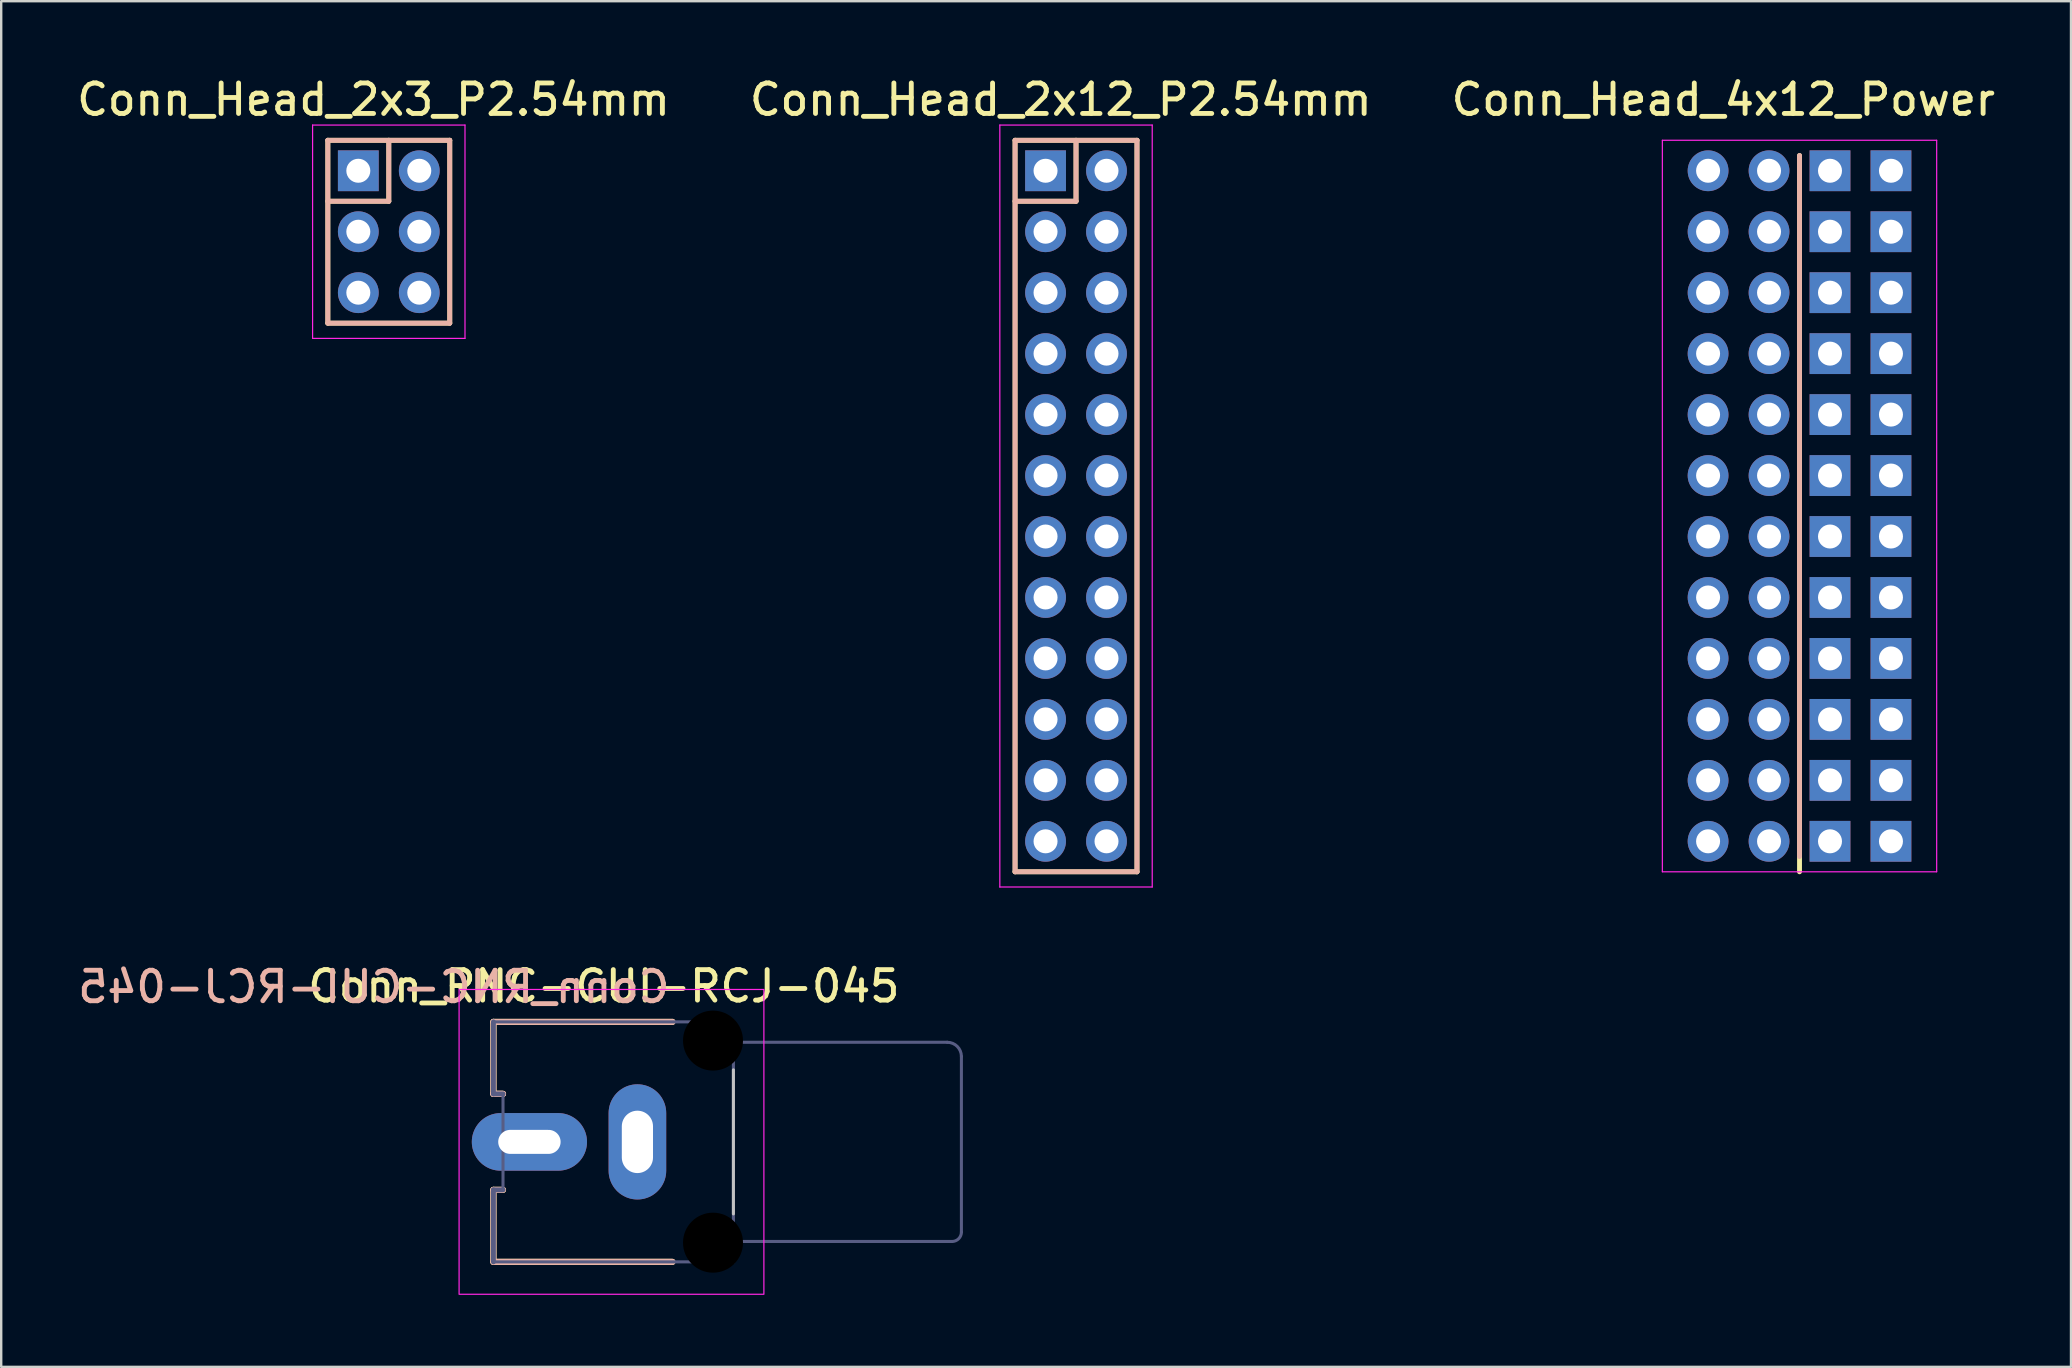
<source format=kicad_pcb>
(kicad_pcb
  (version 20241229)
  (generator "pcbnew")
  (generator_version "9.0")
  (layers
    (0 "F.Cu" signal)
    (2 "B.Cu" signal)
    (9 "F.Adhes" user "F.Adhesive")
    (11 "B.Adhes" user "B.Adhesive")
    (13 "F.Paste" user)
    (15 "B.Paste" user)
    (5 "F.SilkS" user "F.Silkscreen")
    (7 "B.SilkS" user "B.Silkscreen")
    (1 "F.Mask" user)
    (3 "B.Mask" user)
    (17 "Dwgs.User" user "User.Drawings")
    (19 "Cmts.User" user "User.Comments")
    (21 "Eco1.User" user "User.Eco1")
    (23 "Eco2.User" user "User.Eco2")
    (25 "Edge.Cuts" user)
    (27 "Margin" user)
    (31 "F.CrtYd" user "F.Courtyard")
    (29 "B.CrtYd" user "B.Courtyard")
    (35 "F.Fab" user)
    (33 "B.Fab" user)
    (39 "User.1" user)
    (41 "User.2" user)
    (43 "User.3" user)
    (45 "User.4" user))
  (footprint "Conn_Head_2x3_P2.54mm"
    (layer "F.Cu")
    (at 11.88 4.065)
    (property "Reference" "Conn_Head_2x3_P2.54mm" (at 0.635 -2.965 0) (layer "F.SilkS") (effects (font (size 1.27 1.27) (thickness 0.203))))
    (attr through_hole)
    (fp_line (start -1.27 -1.27) (end 3.81 -1.27) (stroke (width 0.203) (type solid)) (layer "F.SilkS"))
    (fp_line (start -1.27 6.35) (end -1.27 -1.27) (stroke (width 0.203) (type solid)) (layer "F.SilkS"))
    (fp_line (start 1.27 -1.27) (end 1.27 1.27) (stroke (width 0.203) (type solid)) (layer "F.SilkS"))
    (fp_line (start 1.27 1.27) (end -1.27 1.27) (stroke (width 0.203) (type solid)) (layer "F.SilkS"))
    (fp_line (start 3.81 -1.27) (end 3.81 6.35) (stroke (width 0.203) (type solid)) (layer "F.SilkS"))
    (fp_line (start 3.81 6.35) (end -1.27 6.35) (stroke (width 0.203) (type solid)) (layer "F.SilkS"))
    (fp_line (start -1.27 -1.27) (end 3.81 -1.27) (stroke (width 0.203) (type solid)) (layer "B.SilkS"))
    (fp_line (start -1.27 6.35) (end -1.27 -1.27) (stroke (width 0.203) (type solid)) (layer "B.SilkS"))
    (fp_line (start 1.27 -1.27) (end 1.27 1.27) (stroke (width 0.203) (type solid)) (layer "B.SilkS"))
    (fp_line (start 1.27 1.27) (end -1.27 1.27) (stroke (width 0.203) (type solid)) (layer "B.SilkS"))
    (fp_line (start 3.81 -1.27) (end 3.81 6.35) (stroke (width 0.203) (type solid)) (layer "B.SilkS"))
    (fp_line (start 3.81 6.35) (end -1.27 6.35) (stroke (width 0.203) (type solid)) (layer "B.SilkS"))
    (fp_line (start -1.905 -1.905) (end -1.905 6.985) (stroke (width 0.05) (type solid)) (layer "F.CrtYd"))
    (fp_line (start 4.445 -1.905) (end -1.905 -1.905) (stroke (width 0.05) (type solid)) (layer "F.CrtYd"))
    (fp_line (start 4.445 6.985) (end -1.905 6.985) (stroke (width 0.05) (type solid)) (layer "F.CrtYd"))
    (fp_line (start 4.445 6.985) (end 4.445 -1.905) (stroke (width 0.05) (type solid)) (layer "F.CrtYd"))
    (pad "1" thru_hole rect (at 0 0) (size 1.7 1.7) (drill 1) (layers "*.Cu" "*.Mask"))
    (pad "2" thru_hole oval (at 2.54 0) (size 1.7 1.7) (drill 1) (layers "*.Cu" "*.Mask"))
    (pad "3" thru_hole oval (at 0 2.54) (size 1.7 1.7) (drill 1) (layers "*.Cu" "*.Mask"))
    (pad "4" thru_hole oval (at 2.54 2.54) (size 1.7 1.7) (drill 1) (layers "*.Cu" "*.Mask"))
    (pad "5" thru_hole oval (at 0 5.08) (size 1.7 1.7) (drill 1) (layers "*.Cu" "*.Mask"))
    (pad "6" thru_hole oval (at 2.54 5.08) (size 1.7 1.7) (drill 1) (layers "*.Cu" "*.Mask")))
  (footprint "Conn_Head_2x12_P2.54mm"
    (layer "F.Cu")
    (at 40.515 4.065)
    (property "Reference" "Conn_Head_2x12_P2.54mm" (at 0.635 -2.965 0) (layer "F.SilkS") (effects (font (size 1.27 1.27) (thickness 0.203))))
    (attr through_hole)
    (fp_line (start -1.27 -1.27) (end 3.81 -1.27) (stroke (width 0.203) (type solid)) (layer "F.SilkS"))
    (fp_line (start -1.27 29.21) (end -1.27 -1.27) (stroke (width 0.203) (type solid)) (layer "F.SilkS"))
    (fp_line (start 1.27 -1.27) (end 1.27 1.27) (stroke (width 0.203) (type solid)) (layer "F.SilkS"))
    (fp_line (start 1.27 1.27) (end -1.27 1.27) (stroke (width 0.203) (type solid)) (layer "F.SilkS"))
    (fp_line (start 3.81 -1.27) (end 3.81 29.21) (stroke (width 0.203) (type solid)) (layer "F.SilkS"))
    (fp_line (start 3.81 29.21) (end -1.27 29.21) (stroke (width 0.203) (type solid)) (layer "F.SilkS"))
    (fp_line (start -1.27 -1.27) (end 3.81 -1.27) (stroke (width 0.203) (type solid)) (layer "B.SilkS"))
    (fp_line (start -1.27 29.21) (end -1.27 -1.27) (stroke (width 0.203) (type solid)) (layer "B.SilkS"))
    (fp_line (start 1.27 -1.27) (end 1.27 1.27) (stroke (width 0.203) (type solid)) (layer "B.SilkS"))
    (fp_line (start 1.27 1.27) (end -1.27 1.27) (stroke (width 0.203) (type solid)) (layer "B.SilkS"))
    (fp_line (start 3.81 -1.27) (end 3.81 29.21) (stroke (width 0.203) (type solid)) (layer "B.SilkS"))
    (fp_line (start 3.81 29.21) (end -1.27 29.21) (stroke (width 0.203) (type solid)) (layer "B.SilkS"))
    (fp_line (start -1.905 -1.905) (end -1.905 29.845) (stroke (width 0.05) (type solid)) (layer "F.CrtYd"))
    (fp_line (start 4.445 -1.905) (end -1.905 -1.905) (stroke (width 0.05) (type solid)) (layer "F.CrtYd"))
    (fp_line (start 4.445 29.845) (end -1.905 29.845) (stroke (width 0.05) (type solid)) (layer "F.CrtYd"))
    (fp_line (start 4.445 29.845) (end 4.445 -1.905) (stroke (width 0.05) (type solid)) (layer "F.CrtYd"))
    (pad "1" thru_hole rect (at 0 0) (size 1.7 1.7) (drill 1) (layers "*.Cu" "*.Mask"))
    (pad "2" thru_hole oval (at 2.54 0) (size 1.7 1.7) (drill 1) (layers "*.Cu" "*.Mask"))
    (pad "3" thru_hole oval (at 0 2.54) (size 1.7 1.7) (drill 1) (layers "*.Cu" "*.Mask"))
    (pad "4" thru_hole oval (at 2.54 2.54) (size 1.7 1.7) (drill 1) (layers "*.Cu" "*.Mask"))
    (pad "5" thru_hole oval (at 0 5.08) (size 1.7 1.7) (drill 1) (layers "*.Cu" "*.Mask"))
    (pad "6" thru_hole oval (at 2.54 5.08) (size 1.7 1.7) (drill 1) (layers "*.Cu" "*.Mask"))
    (pad "7" thru_hole oval (at 0 7.62) (size 1.7 1.7) (drill 1) (layers "*.Cu" "*.Mask"))
    (pad "8" thru_hole oval (at 2.54 7.62) (size 1.7 1.7) (drill 1) (layers "*.Cu" "*.Mask"))
    (pad "9" thru_hole oval (at 0 10.16) (size 1.7 1.7) (drill 1) (layers "*.Cu" "*.Mask"))
    (pad "10" thru_hole oval (at 2.54 10.16) (size 1.7 1.7) (drill 1) (layers "*.Cu" "*.Mask"))
    (pad "11" thru_hole oval (at 0 12.7) (size 1.7 1.7) (drill 1) (layers "*.Cu" "*.Mask"))
    (pad "12" thru_hole oval (at 2.54 12.7) (size 1.7 1.7) (drill 1) (layers "*.Cu" "*.Mask"))
    (pad "13" thru_hole oval (at 0 15.24) (size 1.7 1.7) (drill 1) (layers "*.Cu" "*.Mask"))
    (pad "14" thru_hole oval (at 2.54 15.24) (size 1.7 1.7) (drill 1) (layers "*.Cu" "*.Mask"))
    (pad "15" thru_hole oval (at 0 17.78) (size 1.7 1.7) (drill 1) (layers "*.Cu" "*.Mask"))
    (pad "16" thru_hole oval (at 2.54 17.78) (size 1.7 1.7) (drill 1) (layers "*.Cu" "*.Mask"))
    (pad "17" thru_hole oval (at 0 20.32) (size 1.7 1.7) (drill 1) (layers "*.Cu" "*.Mask"))
    (pad "18" thru_hole oval (at 2.54 20.32) (size 1.7 1.7) (drill 1) (layers "*.Cu" "*.Mask"))
    (pad "19" thru_hole oval (at 0 22.86) (size 1.7 1.7) (drill 1) (layers "*.Cu" "*.Mask"))
    (pad "20" thru_hole oval (at 2.54 22.86) (size 1.7 1.7) (drill 1) (layers "*.Cu" "*.Mask"))
    (pad "21" thru_hole oval (at 0 25.4) (size 1.7 1.7) (drill 1) (layers "*.Cu" "*.Mask"))
    (pad "22" thru_hole oval (at 2.54 25.4) (size 1.7 1.7) (drill 1) (layers "*.Cu" "*.Mask"))
    (pad "23" thru_hole oval (at 0 27.94) (size 1.7 1.7) (drill 1) (layers "*.Cu" "*.Mask"))
    (pad "24" thru_hole oval (at 2.54 27.94) (size 1.7 1.7) (drill 1) (layers "*.Cu" "*.Mask")))
  (footprint "Conn_Head_4x12_Power"
    (layer "F.Cu")
    (at 68.121 4.065)
    (property "Reference" "Conn_Head_4x12_Power" (at 0.635 -2.965 0) (layer "F.SilkS") (effects (font (size 1.27 1.27) (thickness 0.203))))
    (attr through_hole)
    (fp_line (start 3.81 -0.635) (end 3.81 29.21) (stroke (width 0.203) (type solid)) (layer "F.SilkS"))
    (fp_line (start 3.81 28.575) (end 3.81 -0.635) (stroke (width 0.203) (type solid)) (layer "B.SilkS"))
    (fp_line (start -1.905 -1.27) (end -1.905 29.21) (stroke (width 0.05) (type solid)) (layer "F.CrtYd"))
    (fp_line (start 9.525 -1.27) (end -1.905 -1.27) (stroke (width 0.05) (type solid)) (layer "F.CrtYd"))
    (fp_line (start 9.525 29.21) (end -1.905 29.21) (stroke (width 0.05) (type solid)) (layer "F.CrtYd"))
    (fp_line (start 9.525 29.21) (end 9.525 -1.27) (stroke (width 0.05) (type solid)) (layer "F.CrtYd"))
    (pad "1" thru_hole oval (at 0 0) (size 1.7 1.7) (drill 1) (layers "*.Cu" "*.Mask"))
    (pad "1" thru_hole oval (at 0 2.54) (size 1.7 1.7) (drill 1) (layers "*.Cu" "*.Mask"))
    (pad "1" thru_hole oval (at 0 5.08) (size 1.7 1.7) (drill 1) (layers "*.Cu" "*.Mask"))
    (pad "1" thru_hole oval (at 0 7.62) (size 1.7 1.7) (drill 1) (layers "*.Cu" "*.Mask"))
    (pad "1" thru_hole oval (at 0 10.16) (size 1.7 1.7) (drill 1) (layers "*.Cu" "*.Mask"))
    (pad "1" thru_hole oval (at 0 12.7) (size 1.7 1.7) (drill 1) (layers "*.Cu" "*.Mask"))
    (pad "1" thru_hole oval (at 0 15.24) (size 1.7 1.7) (drill 1) (layers "*.Cu" "*.Mask"))
    (pad "1" thru_hole oval (at 0 17.78) (size 1.7 1.7) (drill 1) (layers "*.Cu" "*.Mask"))
    (pad "1" thru_hole oval (at 0 20.32) (size 1.7 1.7) (drill 1) (layers "*.Cu" "*.Mask"))
    (pad "1" thru_hole oval (at 0 22.86) (size 1.7 1.7) (drill 1) (layers "*.Cu" "*.Mask"))
    (pad "1" thru_hole oval (at 0 25.4) (size 1.7 1.7) (drill 1) (layers "*.Cu" "*.Mask"))
    (pad "1" thru_hole oval (at 0 27.94) (size 1.7 1.7) (drill 1) (layers "*.Cu" "*.Mask"))
    (pad "1" thru_hole oval (at 2.54 0) (size 1.7 1.7) (drill 1) (layers "*.Cu" "*.Mask"))
    (pad "1" thru_hole oval (at 2.54 2.54) (size 1.7 1.7) (drill 1) (layers "*.Cu" "*.Mask"))
    (pad "1" thru_hole oval (at 2.54 5.08) (size 1.7 1.7) (drill 1) (layers "*.Cu" "*.Mask"))
    (pad "1" thru_hole oval (at 2.54 7.62) (size 1.7 1.7) (drill 1) (layers "*.Cu" "*.Mask"))
    (pad "1" thru_hole oval (at 2.54 10.16) (size 1.7 1.7) (drill 1) (layers "*.Cu" "*.Mask"))
    (pad "1" thru_hole oval (at 2.54 12.7) (size 1.7 1.7) (drill 1) (layers "*.Cu" "*.Mask"))
    (pad "1" thru_hole oval (at 2.54 15.24) (size 1.7 1.7) (drill 1) (layers "*.Cu" "*.Mask"))
    (pad "1" thru_hole oval (at 2.54 17.78) (size 1.7 1.7) (drill 1) (layers "*.Cu" "*.Mask"))
    (pad "1" thru_hole oval (at 2.54 20.32) (size 1.7 1.7) (drill 1) (layers "*.Cu" "*.Mask"))
    (pad "1" thru_hole oval (at 2.54 22.86) (size 1.7 1.7) (drill 1) (layers "*.Cu" "*.Mask"))
    (pad "1" thru_hole oval (at 2.54 25.4) (size 1.7 1.7) (drill 1) (layers "*.Cu" "*.Mask"))
    (pad "1" thru_hole oval (at 2.54 27.94) (size 1.7 1.7) (drill 1) (layers "*.Cu" "*.Mask"))
    (pad "2" thru_hole rect (at 5.08 0) (size 1.7 1.7) (drill 1) (layers "*.Cu" "*.Mask"))
    (pad "2" thru_hole rect (at 5.08 2.54) (size 1.7 1.7) (drill 1) (layers "*.Cu" "*.Mask"))
    (pad "2" thru_hole rect (at 5.08 5.08) (size 1.7 1.7) (drill 1) (layers "*.Cu" "*.Mask"))
    (pad "2" thru_hole rect (at 5.08 7.62) (size 1.7 1.7) (drill 1) (layers "*.Cu" "*.Mask"))
    (pad "2" thru_hole rect (at 5.08 10.16) (size 1.7 1.7) (drill 1) (layers "*.Cu" "*.Mask"))
    (pad "2" thru_hole rect (at 5.08 12.7) (size 1.7 1.7) (drill 1) (layers "*.Cu" "*.Mask"))
    (pad "2" thru_hole rect (at 5.08 15.24) (size 1.7 1.7) (drill 1) (layers "*.Cu" "*.Mask"))
    (pad "2" thru_hole rect (at 5.08 17.78) (size 1.7 1.7) (drill 1) (layers "*.Cu" "*.Mask"))
    (pad "2" thru_hole rect (at 5.08 20.32) (size 1.7 1.7) (drill 1) (layers "*.Cu" "*.Mask"))
    (pad "2" thru_hole rect (at 5.08 22.86) (size 1.7 1.7) (drill 1) (layers "*.Cu" "*.Mask"))
    (pad "2" thru_hole rect (at 5.08 25.4) (size 1.7 1.7) (drill 1) (layers "*.Cu" "*.Mask"))
    (pad "2" thru_hole rect (at 5.08 27.94) (size 1.7 1.7) (drill 1) (layers "*.Cu" "*.Mask"))
    (pad "2" thru_hole rect (at 7.62 0) (size 1.7 1.7) (drill 1) (layers "*.Cu" "*.Mask"))
    (pad "2" thru_hole rect (at 7.62 2.54) (size 1.7 1.7) (drill 1) (layers "*.Cu" "*.Mask"))
    (pad "2" thru_hole rect (at 7.62 5.08) (size 1.7 1.7) (drill 1) (layers "*.Cu" "*.Mask"))
    (pad "2" thru_hole rect (at 7.62 7.62) (size 1.7 1.7) (drill 1) (layers "*.Cu" "*.Mask"))
    (pad "2" thru_hole rect (at 7.62 10.16) (size 1.7 1.7) (drill 1) (layers "*.Cu" "*.Mask"))
    (pad "2" thru_hole rect (at 7.62 12.7) (size 1.7 1.7) (drill 1) (layers "*.Cu" "*.Mask"))
    (pad "2" thru_hole rect (at 7.62 15.24) (size 1.7 1.7) (drill 1) (layers "*.Cu" "*.Mask"))
    (pad "2" thru_hole rect (at 7.62 17.78) (size 1.7 1.7) (drill 1) (layers "*.Cu" "*.Mask"))
    (pad "2" thru_hole rect (at 7.62 20.32) (size 1.7 1.7) (drill 1) (layers "*.Cu" "*.Mask"))
    (pad "2" thru_hole rect (at 7.62 22.86) (size 1.7 1.7) (drill 1) (layers "*.Cu" "*.Mask"))
    (pad "2" thru_hole rect (at 7.62 25.4) (size 1.7 1.7) (drill 1) (layers "*.Cu" "*.Mask"))
    (pad "2" thru_hole rect (at 7.62 27.94) (size 1.7 1.7) (drill 1) (layers "*.Cu" "*.Mask")))
  (footprint "Conn_RNC-CUI-RCJ-045"
    (layer "F.Cu")
    (at 27.509 44.529)
    (property "Reference" "Conn_RNC-CUI-RCJ-045" (at -5.398 -6.485 0) (layer "F.SilkS") (effects (font (size 1.27 1.27) (thickness 0.203))))
    (fp_line (start -10 -5) (end -2.54 -5) (stroke (width 0.254) (type solid)) (layer "F.SilkS"))
    (fp_line (start -10 -2) (end -10 -5) (stroke (width 0.254) (type solid)) (layer "F.SilkS"))
    (fp_line (start -10 -2) (end -9.6 -2) (stroke (width 0.254) (type solid)) (layer "F.SilkS"))
    (fp_line (start -10 2) (end -9.6 2) (stroke (width 0.254) (type solid)) (layer "F.SilkS"))
    (fp_line (start -10 5) (end -10 2) (stroke (width 0.254) (type solid)) (layer "F.SilkS"))
    (fp_line (start -10 5) (end -2.54 5) (stroke (width 0.254) (type solid)) (layer "F.SilkS"))
    (fp_line (start -10 -5) (end -2.54 -5) (stroke (width 0.254) (type solid)) (layer "B.SilkS"))
    (fp_line (start -10 -2) (end -10 -5) (stroke (width 0.254) (type solid)) (layer "B.SilkS"))
    (fp_line (start -10 -2) (end -9.6 -2) (stroke (width 0.254) (type solid)) (layer "B.SilkS"))
    (fp_line (start -10 -2) (end -9.6 -2) (stroke (width 0.254) (type solid)) (layer "B.SilkS"))
    (fp_line (start -10 2) (end -9.6 2) (stroke (width 0.254) (type solid)) (layer "B.SilkS"))
    (fp_line (start -10 5) (end -10 2) (stroke (width 0.254) (type solid)) (layer "B.SilkS"))
    (fp_line (start -10 5) (end -2.54 5) (stroke (width 0.254) (type solid)) (layer "B.SilkS"))
    (fp_line (start 0 3) (end 0 -3) (stroke (width 0.127) (type solid)) (layer "Dwgs.User"))
    (fp_line (start 0.25 -4.15) (end 8.89 -4.15) (stroke (width 0.127) (type solid)) (layer "Eco1.User"))
    (fp_line (start 0.25 4.15) (end 9.11 4.15) (stroke (width 0.127) (type solid)) (layer "Eco1.User"))
    (fp_line (start 9.5 3.76) (end 9.5 -3.54) (stroke (width 0.127) (type solid)) (layer "Eco1.User"))
    (fp_arc (start 8.89 -4.15) (mid 9.321335 -3.971335) (end 9.5 -3.54) (stroke (width 0.127) (type solid)) (layer "Eco1.User"))
    (fp_arc (start 9.5 3.76) (mid 9.385772 4.035772) (end 9.11 4.15) (stroke (width 0.127) (type solid)) (layer "Eco1.User"))
    (fp_line (start -10.45 -5.25) (end -1.95 -5.25) (stroke (width 0.05) (type solid)) (layer "Eco2.User"))
    (fp_line (start -10.45 5.25) (end -10.45 -5.25) (stroke (width 0.05) (type solid)) (layer "Eco2.User"))
    (fp_line (start -10.45 5.25) (end -1.95 5.25) (stroke (width 0.05) (type solid)) (layer "Eco2.User"))
    (fp_line (start -1.95 -5.4) (end 0.25 -5.4) (stroke (width 0.05) (type solid)) (layer "Eco2.User"))
    (fp_line (start -1.95 -5.25) (end -1.95 -5.4) (stroke (width 0.05) (type solid)) (layer "Eco2.User"))
    (fp_line (start -1.95 5.4) (end -1.95 5.25) (stroke (width 0.05) (type solid)) (layer "Eco2.User"))
    (fp_line (start -1.95 5.4) (end 0.25 5.4) (stroke (width 0.05) (type solid)) (layer "Eco2.User"))
    (fp_line (start 0.25 -4.4) (end 0.25 -5.4) (stroke (width 0.05) (type solid)) (layer "Eco2.User"))
    (fp_line (start 0.25 -4.4) (end 9.75 -4.4) (stroke (width 0.05) (type solid)) (layer "Eco2.User"))
    (fp_line (start 0.25 4.4) (end 9.75 4.4) (stroke (width 0.05) (type solid)) (layer "Eco2.User"))
    (fp_line (start 0.25 5.4) (end 0.25 4.4) (stroke (width 0.05) (type solid)) (layer "Eco2.User"))
    (fp_line (start 9.75 4.4) (end 9.75 -4.4) (stroke (width 0.05) (type solid)) (layer "Eco2.User"))
    (fp_rect (start -11.43 -6.35) (end 1.27 6.35) (stroke (width 0.05) (type default)) (fill no) (layer "F.CrtYd"))
    (fp_line (start -10 -5) (end 0 -5) (stroke (width 0.127) (type solid)) (layer "B.Fab"))
    (fp_line (start -10 -2) (end -10 -5) (stroke (width 0.203) (type solid)) (layer "B.Fab"))
    (fp_line (start -10 -2) (end -9.6 -2) (stroke (width 0.203) (type solid)) (layer "B.Fab"))
    (fp_line (start -10 2) (end -9.6 2) (stroke (width 0.203) (type solid)) (layer "B.Fab"))
    (fp_line (start -10 5) (end -10 2) (stroke (width 0.203) (type solid)) (layer "B.Fab"))
    (fp_line (start -10 5) (end 0 5) (stroke (width 0.127) (type solid)) (layer "B.Fab"))
    (fp_line (start -9.6 2) (end -9.6 -2) (stroke (width 0.127) (type solid)) (layer "B.Fab"))
    (fp_line (start 0 -4.15) (end 0 -5) (stroke (width 0.127) (type solid)) (layer "B.Fab"))
    (fp_line (start 0 -4.15) (end 8.91 -4.15) (stroke (width 0.127) (type solid)) (layer "B.Fab"))
    (fp_line (start 0 4.15) (end 0 -4.15) (stroke (width 0.127) (type solid)) (layer "B.Fab"))
    (fp_line (start 0 4.15) (end 9.11 4.15) (stroke (width 0.127) (type solid)) (layer "B.Fab"))
    (fp_line (start 0 5) (end 0 4.15) (stroke (width 0.127) (type solid)) (layer "B.Fab"))
    (fp_line (start 9.5 3.76) (end 9.5 -3.56) (stroke (width 0.127) (type solid)) (layer "B.Fab"))
    (fp_arc (start 8.91 -4.15) (mid 9.327193 -3.977193) (end 9.5 -3.56) (stroke (width 0.127) (type solid)) (layer "B.Fab"))
    (fp_arc (start 9.5 3.76) (mid 9.385772 4.035772) (end 9.11 4.15) (stroke (width 0.127) (type solid)) (layer "B.Fab"))
    (fp_line (start -1.7 -5.15) (end 0 -5.15) (stroke (width 0.0001) (type solid)) (layer "User.1"))
    (fp_line (start -1.7 -3.35) (end -1.7 -5.15) (stroke (width 0.0001) (type solid)) (layer "User.1"))
    (fp_line (start -1.7 -3.35) (end 0 -3.35) (stroke (width 0.0001) (type solid)) (layer "User.1"))
    (fp_line (start -1.7 3.35) (end 0 3.35) (stroke (width 0.0001) (type solid)) (layer "User.1"))
    (fp_line (start -1.7 5.15) (end -1.7 3.35) (stroke (width 0.0001) (type solid)) (layer "User.1"))
    (fp_line (start -1.7 5.15) (end 0 5.15) (stroke (width 0.0001) (type solid)) (layer "User.1"))
    (fp_line (start 0 -3.35) (end 0 -5.15) (stroke (width 0.0001) (type solid)) (layer "User.1"))
    (fp_line (start 0 5.15) (end 0 3.35) (stroke (width 0.0001) (type solid)) (layer "User.1"))
    (fp_text user "${Reference}" (at -2.54 -5.715 0) (unlocked yes) (layer "B.SilkS") (effects (font (size 1.27 1.27) (thickness 0.203)) (justify left bottom mirror)))
    (pad "" np_thru_hole circle (at -0.85 -4.22 180) (size 2.5 2.5) (drill 2.5) (layers "*.Mask"))
    (pad "" np_thru_hole circle (at -0.85 4.2 180) (size 2.5 2.5) (drill 2.5) (layers "*.Mask"))
    (pad "1" thru_hole oval (at -4 0 90) (size 4.8 2.4) (drill oval 2.6 1.3) (layers "*.Cu" "*.Mask"))
    (pad "2" thru_hole oval (at -8.5 0 180) (size 4.8 2.4) (drill oval 2.6 1) (layers "*.Cu" "*.Mask")))
  (gr_rect
    (start -3 -3)
    (end 83.243 53.904)
    (stroke (width 0.1) (type default))
    (fill no)
    (layer "Edge.Cuts")))
</source>
